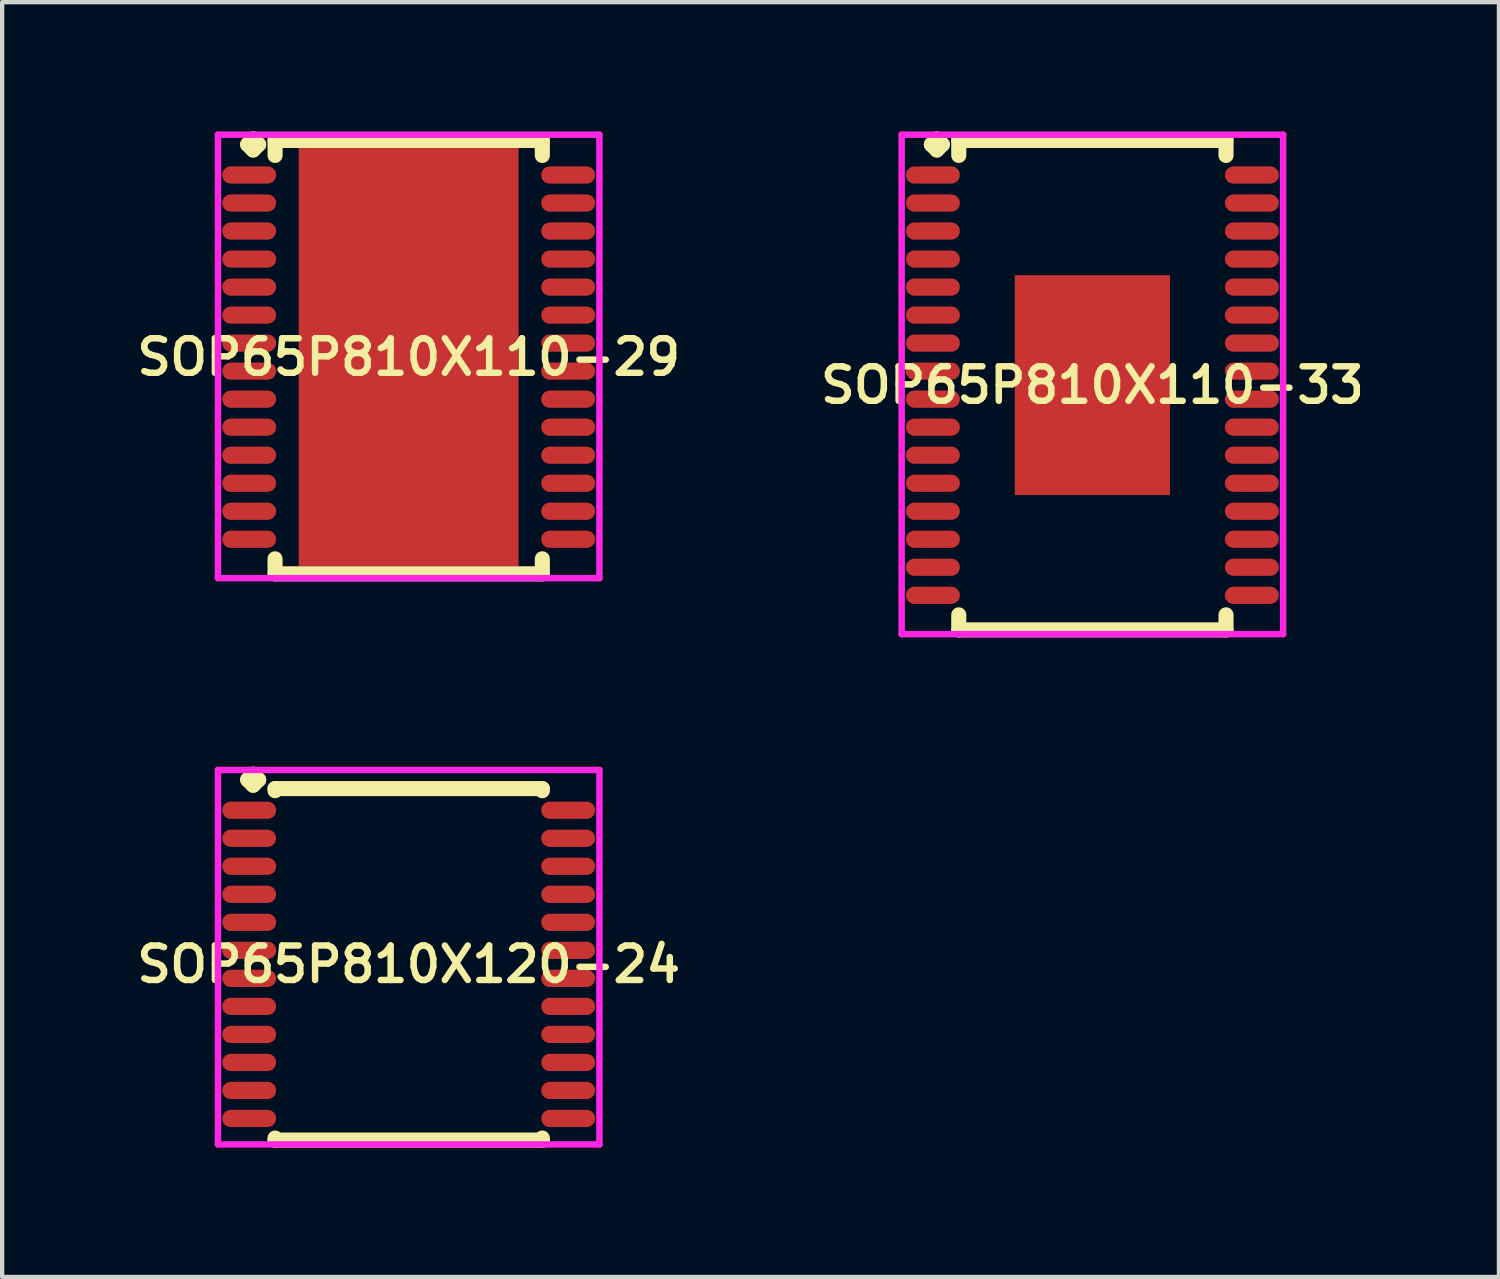
<source format=kicad_pcb>
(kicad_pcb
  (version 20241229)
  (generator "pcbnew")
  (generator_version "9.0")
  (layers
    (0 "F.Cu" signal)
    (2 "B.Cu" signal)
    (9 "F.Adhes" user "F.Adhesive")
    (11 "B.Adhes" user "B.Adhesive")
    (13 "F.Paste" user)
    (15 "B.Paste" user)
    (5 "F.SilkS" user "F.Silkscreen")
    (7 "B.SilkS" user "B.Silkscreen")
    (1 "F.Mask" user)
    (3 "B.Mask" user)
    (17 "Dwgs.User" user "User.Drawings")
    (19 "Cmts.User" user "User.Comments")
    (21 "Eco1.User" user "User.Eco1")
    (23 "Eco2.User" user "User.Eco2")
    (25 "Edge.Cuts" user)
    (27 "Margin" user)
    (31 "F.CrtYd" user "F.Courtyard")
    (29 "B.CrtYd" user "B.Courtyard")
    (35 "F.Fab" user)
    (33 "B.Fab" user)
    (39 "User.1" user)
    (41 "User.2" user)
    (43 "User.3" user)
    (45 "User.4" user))
  (footprint "SOP65P810X120-24"
    (layer "F.Cu")
    (at 6.431 19.322)
    (property "Reference" "SOP65P810X120-24" (at 0 0 0) (layer "F.SilkS") (effects (font (size 0.8 0.8) (thickness 0.15))))
    (attr smd)
    (fp_line (start -3.735 -4.283) (end -3.608 -4.41) (stroke (width 0.35) (type solid)) (layer "F.SilkS"))
    (fp_line (start -3.608 -4.41) (end -3.481 -4.283) (stroke (width 0.35) (type solid)) (layer "F.SilkS"))
    (fp_line (start -3.608 -4.156) (end -3.735 -4.283) (stroke (width 0.35) (type solid)) (layer "F.SilkS"))
    (fp_line (start -3.481 -4.283) (end -3.608 -4.156) (stroke (width 0.35) (type solid)) (layer "F.SilkS"))
    (fp_line (start -3.1 -4.077) (end 3.1 -4.077) (stroke (width 0.35) (type solid)) (layer "F.SilkS"))
    (fp_line (start -3.1 -4.029) (end -3.1 -4.077) (stroke (width 0.35) (type solid)) (layer "F.SilkS"))
    (fp_line (start -3.1 4.029) (end -3.1 4.077) (stroke (width 0.35) (type solid)) (layer "F.SilkS"))
    (fp_line (start -3.1 4.077) (end 3.1 4.077) (stroke (width 0.35) (type solid)) (layer "F.SilkS"))
    (fp_line (start 3.1 -4.077) (end 3.1 -4.029) (stroke (width 0.35) (type solid)) (layer "F.SilkS"))
    (fp_line (start 3.1 4.077) (end 3.1 4.029) (stroke (width 0.35) (type solid)) (layer "F.SilkS"))
    (fp_line (start -4.425 -4.51) (end 4.425 -4.51) (stroke (width 0.15) (type solid)) (layer "F.CrtYd"))
    (fp_line (start -4.425 4.177) (end -4.425 -4.51) (stroke (width 0.15) (type solid)) (layer "F.CrtYd"))
    (fp_line (start 4.425 -4.51) (end 4.425 4.177) (stroke (width 0.15) (type solid)) (layer "F.CrtYd"))
    (fp_line (start 4.425 4.177) (end -4.425 4.177) (stroke (width 0.15) (type solid)) (layer "F.CrtYd"))
    (pad "1" smd oval (at -3.7 -3.575) (size 1.25 0.4) (layers "F.Cu" "F.Mask" "F.Paste"))
    (pad "2" smd oval (at -3.7 -2.925) (size 1.25 0.4) (layers "F.Cu" "F.Mask" "F.Paste"))
    (pad "3" smd oval (at -3.7 -2.275) (size 1.25 0.4) (layers "F.Cu" "F.Mask" "F.Paste"))
    (pad "4" smd oval (at -3.7 -1.625) (size 1.25 0.4) (layers "F.Cu" "F.Mask" "F.Paste"))
    (pad "5" smd oval (at -3.7 -0.975) (size 1.25 0.4) (layers "F.Cu" "F.Mask" "F.Paste"))
    (pad "6" smd oval (at -3.7 -0.325) (size 1.25 0.4) (layers "F.Cu" "F.Mask" "F.Paste"))
    (pad "7" smd oval (at -3.7 0.325) (size 1.25 0.4) (layers "F.Cu" "F.Mask" "F.Paste"))
    (pad "8" smd oval (at -3.7 0.975) (size 1.25 0.4) (layers "F.Cu" "F.Mask" "F.Paste"))
    (pad "9" smd oval (at -3.7 1.625) (size 1.25 0.4) (layers "F.Cu" "F.Mask" "F.Paste"))
    (pad "10" smd oval (at -3.7 2.275) (size 1.25 0.4) (layers "F.Cu" "F.Mask" "F.Paste"))
    (pad "11" smd oval (at -3.7 2.925) (size 1.25 0.4) (layers "F.Cu" "F.Mask" "F.Paste"))
    (pad "12" smd oval (at -3.7 3.575) (size 1.25 0.4) (layers "F.Cu" "F.Mask" "F.Paste"))
    (pad "13" smd oval (at 3.7 3.575) (size 1.25 0.4) (layers "F.Cu" "F.Mask" "F.Paste"))
    (pad "14" smd oval (at 3.7 2.925) (size 1.25 0.4) (layers "F.Cu" "F.Mask" "F.Paste"))
    (pad "15" smd oval (at 3.7 2.275) (size 1.25 0.4) (layers "F.Cu" "F.Mask" "F.Paste"))
    (pad "16" smd oval (at 3.7 1.625) (size 1.25 0.4) (layers "F.Cu" "F.Mask" "F.Paste"))
    (pad "17" smd oval (at 3.7 0.975) (size 1.25 0.4) (layers "F.Cu" "F.Mask" "F.Paste"))
    (pad "18" smd oval (at 3.7 0.325) (size 1.25 0.4) (layers "F.Cu" "F.Mask" "F.Paste"))
    (pad "19" smd oval (at 3.7 -0.325) (size 1.25 0.4) (layers "F.Cu" "F.Mask" "F.Paste"))
    (pad "20" smd oval (at 3.7 -0.975) (size 1.25 0.4) (layers "F.Cu" "F.Mask" "F.Paste"))
    (pad "21" smd oval (at 3.7 -1.625) (size 1.25 0.4) (layers "F.Cu" "F.Mask" "F.Paste"))
    (pad "22" smd oval (at 3.7 -2.275) (size 1.25 0.4) (layers "F.Cu" "F.Mask" "F.Paste"))
    (pad "23" smd oval (at 3.7 -2.925) (size 1.25 0.4) (layers "F.Cu" "F.Mask" "F.Paste"))
    (pad "24" smd oval (at 3.7 -3.575) (size 1.25 0.4) (layers "F.Cu" "F.Mask" "F.Paste")))
  (footprint "SOP65P810X110-29"
    (layer "F.Cu")
    (at 6.431 5.235)
    (property "Reference" "SOP65P810X110-29" (at 0 0 0) (layer "F.SilkS") (effects (font (size 0.8 0.8) (thickness 0.15))))
    (attr smd)
    (fp_line (start -3.735 -4.933) (end -3.608 -5.06) (stroke (width 0.35) (type solid)) (layer "F.SilkS"))
    (fp_line (start -3.608 -5.06) (end -3.481 -4.933) (stroke (width 0.35) (type solid)) (layer "F.SilkS"))
    (fp_line (start -3.608 -4.806) (end -3.735 -4.933) (stroke (width 0.35) (type solid)) (layer "F.SilkS"))
    (fp_line (start -3.481 -4.933) (end -3.608 -4.806) (stroke (width 0.35) (type solid)) (layer "F.SilkS"))
    (fp_line (start -3.1 -5.027) (end 3.1 -5.027) (stroke (width 0.35) (type solid)) (layer "F.SilkS"))
    (fp_line (start -3.1 -4.679) (end -3.1 -5.027) (stroke (width 0.35) (type solid)) (layer "F.SilkS"))
    (fp_line (start -3.1 4.679) (end -3.1 5.027) (stroke (width 0.35) (type solid)) (layer "F.SilkS"))
    (fp_line (start -3.1 5.027) (end 3.1 5.027) (stroke (width 0.35) (type solid)) (layer "F.SilkS"))
    (fp_line (start 3.1 -5.027) (end 3.1 -4.679) (stroke (width 0.35) (type solid)) (layer "F.SilkS"))
    (fp_line (start 3.1 5.027) (end 3.1 4.679) (stroke (width 0.35) (type solid)) (layer "F.SilkS"))
    (fp_line (start -4.425 -5.16) (end 4.425 -5.16) (stroke (width 0.15) (type solid)) (layer "F.CrtYd"))
    (fp_line (start -4.425 5.127) (end -4.425 -5.16) (stroke (width 0.15) (type solid)) (layer "F.CrtYd"))
    (fp_line (start 4.425 -5.16) (end 4.425 5.127) (stroke (width 0.15) (type solid)) (layer "F.CrtYd"))
    (fp_line (start 4.425 5.127) (end -4.425 5.127) (stroke (width 0.15) (type solid)) (layer "F.CrtYd"))
    (pad "1" smd oval (at -3.7 -4.225) (size 1.25 0.4) (layers "F.Cu" "F.Mask" "F.Paste"))
    (pad "2" smd oval (at -3.7 -3.575) (size 1.25 0.4) (layers "F.Cu" "F.Mask" "F.Paste"))
    (pad "3" smd oval (at -3.7 -2.925) (size 1.25 0.4) (layers "F.Cu" "F.Mask" "F.Paste"))
    (pad "4" smd oval (at -3.7 -2.275) (size 1.25 0.4) (layers "F.Cu" "F.Mask" "F.Paste"))
    (pad "5" smd oval (at -3.7 -1.625) (size 1.25 0.4) (layers "F.Cu" "F.Mask" "F.Paste"))
    (pad "6" smd oval (at -3.7 -0.975) (size 1.25 0.4) (layers "F.Cu" "F.Mask" "F.Paste"))
    (pad "7" smd oval (at -3.7 -0.325) (size 1.25 0.4) (layers "F.Cu" "F.Mask" "F.Paste"))
    (pad "8" smd oval (at -3.7 0.325) (size 1.25 0.4) (layers "F.Cu" "F.Mask" "F.Paste"))
    (pad "9" smd oval (at -3.7 0.975) (size 1.25 0.4) (layers "F.Cu" "F.Mask" "F.Paste"))
    (pad "10" smd oval (at -3.7 1.625) (size 1.25 0.4) (layers "F.Cu" "F.Mask" "F.Paste"))
    (pad "11" smd oval (at -3.7 2.275) (size 1.25 0.4) (layers "F.Cu" "F.Mask" "F.Paste"))
    (pad "12" smd oval (at -3.7 2.925) (size 1.25 0.4) (layers "F.Cu" "F.Mask" "F.Paste"))
    (pad "13" smd oval (at -3.7 3.575) (size 1.25 0.4) (layers "F.Cu" "F.Mask" "F.Paste"))
    (pad "14" smd oval (at -3.7 4.225) (size 1.25 0.4) (layers "F.Cu" "F.Mask" "F.Paste"))
    (pad "15" smd oval (at 3.7 4.225) (size 1.25 0.4) (layers "F.Cu" "F.Mask" "F.Paste"))
    (pad "16" smd oval (at 3.7 3.575) (size 1.25 0.4) (layers "F.Cu" "F.Mask" "F.Paste"))
    (pad "17" smd oval (at 3.7 2.925) (size 1.25 0.4) (layers "F.Cu" "F.Mask" "F.Paste"))
    (pad "18" smd oval (at 3.7 2.275) (size 1.25 0.4) (layers "F.Cu" "F.Mask" "F.Paste"))
    (pad "19" smd oval (at 3.7 1.625) (size 1.25 0.4) (layers "F.Cu" "F.Mask" "F.Paste"))
    (pad "20" smd oval (at 3.7 0.975) (size 1.25 0.4) (layers "F.Cu" "F.Mask" "F.Paste"))
    (pad "21" smd oval (at 3.7 0.325) (size 1.25 0.4) (layers "F.Cu" "F.Mask" "F.Paste"))
    (pad "22" smd oval (at 3.7 -0.325) (size 1.25 0.4) (layers "F.Cu" "F.Mask" "F.Paste"))
    (pad "23" smd oval (at 3.7 -0.975) (size 1.25 0.4) (layers "F.Cu" "F.Mask" "F.Paste"))
    (pad "24" smd oval (at 3.7 -1.625) (size 1.25 0.4) (layers "F.Cu" "F.Mask" "F.Paste"))
    (pad "25" smd oval (at 3.7 -2.275) (size 1.25 0.4) (layers "F.Cu" "F.Mask" "F.Paste"))
    (pad "26" smd oval (at 3.7 -2.925) (size 1.25 0.4) (layers "F.Cu" "F.Mask" "F.Paste"))
    (pad "27" smd oval (at 3.7 -3.575) (size 1.25 0.4) (layers "F.Cu" "F.Mask" "F.Paste"))
    (pad "28" smd oval (at 3.7 -4.225) (size 1.25 0.4) (layers "F.Cu" "F.Mask" "F.Paste"))
    (pad "29" smd rect (at 0 0) (size 5.1 9.7) (layers "F.Cu" "F.Mask" "F.Paste")))
  (footprint "SOP65P810X110-33"
    (layer "F.Cu")
    (at 22.292 5.885)
    (property "Reference" "SOP65P810X110-33" (at 0 0 0) (layer "F.SilkS") (effects (font (size 0.8 0.8) (thickness 0.15))))
    (attr smd)
    (fp_line (start -3.735 -5.583) (end -3.608 -5.71) (stroke (width 0.35) (type solid)) (layer "F.SilkS"))
    (fp_line (start -3.608 -5.71) (end -3.481 -5.583) (stroke (width 0.35) (type solid)) (layer "F.SilkS"))
    (fp_line (start -3.608 -5.456) (end -3.735 -5.583) (stroke (width 0.35) (type solid)) (layer "F.SilkS"))
    (fp_line (start -3.481 -5.583) (end -3.608 -5.456) (stroke (width 0.35) (type solid)) (layer "F.SilkS"))
    (fp_line (start -3.1 -5.677) (end 3.1 -5.677) (stroke (width 0.35) (type solid)) (layer "F.SilkS"))
    (fp_line (start -3.1 -5.329) (end -3.1 -5.677) (stroke (width 0.35) (type solid)) (layer "F.SilkS"))
    (fp_line (start -3.1 5.329) (end -3.1 5.677) (stroke (width 0.35) (type solid)) (layer "F.SilkS"))
    (fp_line (start -3.1 5.677) (end 3.1 5.677) (stroke (width 0.35) (type solid)) (layer "F.SilkS"))
    (fp_line (start 3.1 -5.677) (end 3.1 -5.329) (stroke (width 0.35) (type solid)) (layer "F.SilkS"))
    (fp_line (start 3.1 5.677) (end 3.1 5.329) (stroke (width 0.35) (type solid)) (layer "F.SilkS"))
    (fp_line (start -4.425 -5.81) (end 4.425 -5.81) (stroke (width 0.15) (type solid)) (layer "F.CrtYd"))
    (fp_line (start -4.425 5.777) (end -4.425 -5.81) (stroke (width 0.15) (type solid)) (layer "F.CrtYd"))
    (fp_line (start 4.425 -5.81) (end 4.425 5.777) (stroke (width 0.15) (type solid)) (layer "F.CrtYd"))
    (fp_line (start 4.425 5.777) (end -4.425 5.777) (stroke (width 0.15) (type solid)) (layer "F.CrtYd"))
    (pad "1" smd oval (at -3.7 -4.875) (size 1.25 0.4) (layers "F.Cu" "F.Mask" "F.Paste"))
    (pad "2" smd oval (at -3.7 -4.225) (size 1.25 0.4) (layers "F.Cu" "F.Mask" "F.Paste"))
    (pad "3" smd oval (at -3.7 -3.575) (size 1.25 0.4) (layers "F.Cu" "F.Mask" "F.Paste"))
    (pad "4" smd oval (at -3.7 -2.925) (size 1.25 0.4) (layers "F.Cu" "F.Mask" "F.Paste"))
    (pad "5" smd oval (at -3.7 -2.275) (size 1.25 0.4) (layers "F.Cu" "F.Mask" "F.Paste"))
    (pad "6" smd oval (at -3.7 -1.625) (size 1.25 0.4) (layers "F.Cu" "F.Mask" "F.Paste"))
    (pad "7" smd oval (at -3.7 -0.975) (size 1.25 0.4) (layers "F.Cu" "F.Mask" "F.Paste"))
    (pad "8" smd oval (at -3.7 -0.325) (size 1.25 0.4) (layers "F.Cu" "F.Mask" "F.Paste"))
    (pad "9" smd oval (at -3.7 0.325) (size 1.25 0.4) (layers "F.Cu" "F.Mask" "F.Paste"))
    (pad "10" smd oval (at -3.7 0.975) (size 1.25 0.4) (layers "F.Cu" "F.Mask" "F.Paste"))
    (pad "11" smd oval (at -3.7 1.625) (size 1.25 0.4) (layers "F.Cu" "F.Mask" "F.Paste"))
    (pad "12" smd oval (at -3.7 2.275) (size 1.25 0.4) (layers "F.Cu" "F.Mask" "F.Paste"))
    (pad "13" smd oval (at -3.7 2.925) (size 1.25 0.4) (layers "F.Cu" "F.Mask" "F.Paste"))
    (pad "14" smd oval (at -3.7 3.575) (size 1.25 0.4) (layers "F.Cu" "F.Mask" "F.Paste"))
    (pad "15" smd oval (at -3.7 4.225) (size 1.25 0.4) (layers "F.Cu" "F.Mask" "F.Paste"))
    (pad "16" smd oval (at -3.7 4.875) (size 1.25 0.4) (layers "F.Cu" "F.Mask" "F.Paste"))
    (pad "17" smd oval (at 3.7 4.875) (size 1.25 0.4) (layers "F.Cu" "F.Mask" "F.Paste"))
    (pad "18" smd oval (at 3.7 4.225) (size 1.25 0.4) (layers "F.Cu" "F.Mask" "F.Paste"))
    (pad "19" smd oval (at 3.7 3.575) (size 1.25 0.4) (layers "F.Cu" "F.Mask" "F.Paste"))
    (pad "20" smd oval (at 3.7 2.925) (size 1.25 0.4) (layers "F.Cu" "F.Mask" "F.Paste"))
    (pad "21" smd oval (at 3.7 2.275) (size 1.25 0.4) (layers "F.Cu" "F.Mask" "F.Paste"))
    (pad "22" smd oval (at 3.7 1.625) (size 1.25 0.4) (layers "F.Cu" "F.Mask" "F.Paste"))
    (pad "23" smd oval (at 3.7 0.975) (size 1.25 0.4) (layers "F.Cu" "F.Mask" "F.Paste"))
    (pad "24" smd oval (at 3.7 0.325) (size 1.25 0.4) (layers "F.Cu" "F.Mask" "F.Paste"))
    (pad "25" smd oval (at 3.7 -0.325) (size 1.25 0.4) (layers "F.Cu" "F.Mask" "F.Paste"))
    (pad "26" smd oval (at 3.7 -0.975) (size 1.25 0.4) (layers "F.Cu" "F.Mask" "F.Paste"))
    (pad "27" smd oval (at 3.7 -1.625) (size 1.25 0.4) (layers "F.Cu" "F.Mask" "F.Paste"))
    (pad "28" smd oval (at 3.7 -2.275) (size 1.25 0.4) (layers "F.Cu" "F.Mask" "F.Paste"))
    (pad "29" smd oval (at 3.7 -2.925) (size 1.25 0.4) (layers "F.Cu" "F.Mask" "F.Paste"))
    (pad "30" smd oval (at 3.7 -3.575) (size 1.25 0.4) (layers "F.Cu" "F.Mask" "F.Paste"))
    (pad "31" smd oval (at 3.7 -4.225) (size 1.25 0.4) (layers "F.Cu" "F.Mask" "F.Paste"))
    (pad "32" smd oval (at 3.7 -4.875) (size 1.25 0.4) (layers "F.Cu" "F.Mask" "F.Paste"))
    (pad "33" smd rect (at 0 0) (size 3.6 5.1) (layers "F.Cu" "F.Mask" "F.Paste")))
  (gr_rect
    (start -3 -3)
    (end 31.723 26.574)
    (stroke (width 0.1) (type default))
    (fill no)
    (layer "Edge.Cuts")))
</source>
